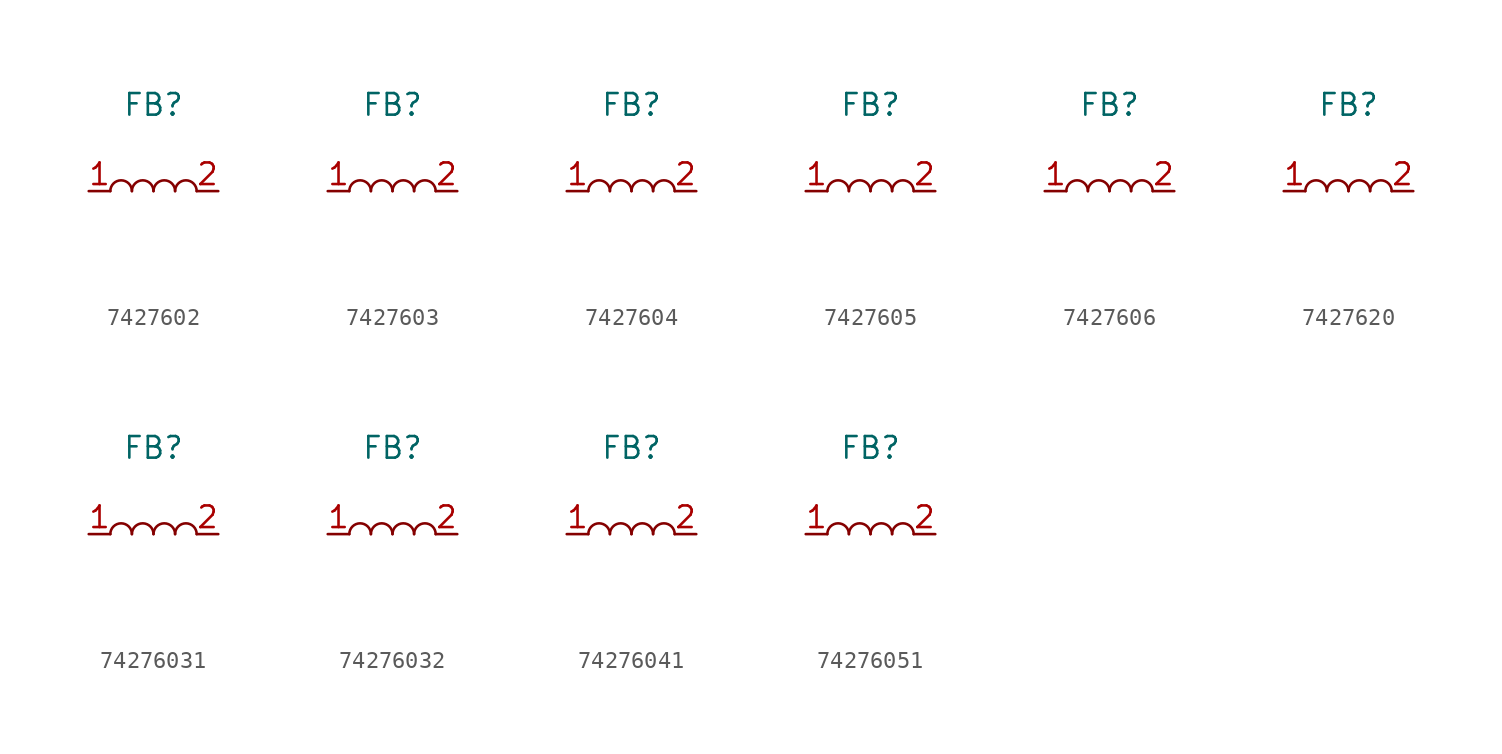
<source format=kicad_sym>
(kicad_symbol_lib
  (version 20220914)
  (generator kicad_symbol_editor)
  (symbol "7427602"
    (pin_names hide)
    (property "Reference" "FB"
      (at 0 5.08 0)
      (effects (font (size 1.27 1.27))))
    (property "Critical Parameter" ""
      (at 0 -5.08 0)
      (effects (font (size 1.27 1.27)) (justify left)))
    (symbol "7427602_0_1"
      (arc (start -1.27 0) (mid -1.905 0.6323) (end -2.54 0) (stroke (width 0) (type default)) (fill (type none)))
      (arc (start 0 0) (mid -0.635 0.6323) (end -1.27 0) (stroke (width 0) (type default)) (fill (type none)))
      (arc (start 1.27 0) (mid 0.635 0.6323) (end 0 0) (stroke (width 0) (type default)) (fill (type none)))
      (arc (start 2.54 0) (mid 1.905 0.6323) (end 1.27 0) (stroke (width 0) (type default)) (fill (type none))))
    (symbol "7427602_1_1"
      (pin passive line (at -3.81 0 0) (length 1.27) (name "1" (effects (font (size 1.27 1.27)))) (number "1" (effects (font (size 1.27 1.27)))))
      (pin passive line (at 3.81 0 180) (length 1.27) (name "2" (effects (font (size 1.27 1.27)))) (number "2" (effects (font (size 1.27 1.27)))))))
  (symbol "7427603"
    (pin_names hide)
    (property "Reference" "FB"
      (at 0 5.08 0)
      (effects (font (size 1.27 1.27))))
    (property "Critical Parameter" ""
      (at 0 -5.08 0)
      (effects (font (size 1.27 1.27)) (justify left)))
    (symbol "7427603_0_1"
      (arc (start -1.27 0) (mid -1.905 0.6323) (end -2.54 0) (stroke (width 0) (type default)) (fill (type none)))
      (arc (start 0 0) (mid -0.635 0.6323) (end -1.27 0) (stroke (width 0) (type default)) (fill (type none)))
      (arc (start 1.27 0) (mid 0.635 0.6323) (end 0 0) (stroke (width 0) (type default)) (fill (type none)))
      (arc (start 2.54 0) (mid 1.905 0.6323) (end 1.27 0) (stroke (width 0) (type default)) (fill (type none))))
    (symbol "7427603_1_1"
      (pin passive line (at -3.81 0 0) (length 1.27) (name "1" (effects (font (size 1.27 1.27)))) (number "1" (effects (font (size 1.27 1.27)))))
      (pin passive line (at 3.81 0 180) (length 1.27) (name "2" (effects (font (size 1.27 1.27)))) (number "2" (effects (font (size 1.27 1.27)))))))
  (symbol "7427604"
    (pin_names hide)
    (property "Reference" "FB"
      (at 0 5.08 0)
      (effects (font (size 1.27 1.27))))
    (property "Critical Parameter" ""
      (at 0 -5.08 0)
      (effects (font (size 1.27 1.27)) (justify left)))
    (symbol "7427604_0_1"
      (arc (start -1.27 0) (mid -1.905 0.6323) (end -2.54 0) (stroke (width 0) (type default)) (fill (type none)))
      (arc (start 0 0) (mid -0.635 0.6323) (end -1.27 0) (stroke (width 0) (type default)) (fill (type none)))
      (arc (start 1.27 0) (mid 0.635 0.6323) (end 0 0) (stroke (width 0) (type default)) (fill (type none)))
      (arc (start 2.54 0) (mid 1.905 0.6323) (end 1.27 0) (stroke (width 0) (type default)) (fill (type none))))
    (symbol "7427604_1_1"
      (pin passive line (at -3.81 0 0) (length 1.27) (name "1" (effects (font (size 1.27 1.27)))) (number "1" (effects (font (size 1.27 1.27)))))
      (pin passive line (at 3.81 0 180) (length 1.27) (name "2" (effects (font (size 1.27 1.27)))) (number "2" (effects (font (size 1.27 1.27)))))))
  (symbol "7427605"
    (pin_names hide)
    (property "Reference" "FB"
      (at 0 5.08 0)
      (effects (font (size 1.27 1.27))))
    (property "Critical Parameter" ""
      (at 0 -5.08 0)
      (effects (font (size 1.27 1.27)) (justify left)))
    (symbol "7427605_0_1"
      (arc (start -1.27 0) (mid -1.905 0.6323) (end -2.54 0) (stroke (width 0) (type default)) (fill (type none)))
      (arc (start 0 0) (mid -0.635 0.6323) (end -1.27 0) (stroke (width 0) (type default)) (fill (type none)))
      (arc (start 1.27 0) (mid 0.635 0.6323) (end 0 0) (stroke (width 0) (type default)) (fill (type none)))
      (arc (start 2.54 0) (mid 1.905 0.6323) (end 1.27 0) (stroke (width 0) (type default)) (fill (type none))))
    (symbol "7427605_1_1"
      (pin passive line (at -3.81 0 0) (length 1.27) (name "1" (effects (font (size 1.27 1.27)))) (number "1" (effects (font (size 1.27 1.27)))))
      (pin passive line (at 3.81 0 180) (length 1.27) (name "2" (effects (font (size 1.27 1.27)))) (number "2" (effects (font (size 1.27 1.27)))))))
  (symbol "7427606"
    (pin_names hide)
    (property "Reference" "FB"
      (at 0 5.08 0)
      (effects (font (size 1.27 1.27))))
    (property "Critical Parameter" ""
      (at 0 -5.08 0)
      (effects (font (size 1.27 1.27)) (justify left)))
    (symbol "7427606_0_1"
      (arc (start -1.27 0) (mid -1.905 0.6323) (end -2.54 0) (stroke (width 0) (type default)) (fill (type none)))
      (arc (start 0 0) (mid -0.635 0.6323) (end -1.27 0) (stroke (width 0) (type default)) (fill (type none)))
      (arc (start 1.27 0) (mid 0.635 0.6323) (end 0 0) (stroke (width 0) (type default)) (fill (type none)))
      (arc (start 2.54 0) (mid 1.905 0.6323) (end 1.27 0) (stroke (width 0) (type default)) (fill (type none))))
    (symbol "7427606_1_1"
      (pin passive line (at -3.81 0 0) (length 1.27) (name "1" (effects (font (size 1.27 1.27)))) (number "1" (effects (font (size 1.27 1.27)))))
      (pin passive line (at 3.81 0 180) (length 1.27) (name "2" (effects (font (size 1.27 1.27)))) (number "2" (effects (font (size 1.27 1.27)))))))
  (symbol "7427620"
    (pin_names hide)
    (property "Reference" "FB"
      (at 0 5.08 0)
      (effects (font (size 1.27 1.27))))
    (property "Critical Parameter" ""
      (at 0 -5.08 0)
      (effects (font (size 1.27 1.27)) (justify left)))
    (symbol "7427620_0_1"
      (arc (start -1.27 0) (mid -1.905 0.6323) (end -2.54 0) (stroke (width 0) (type default)) (fill (type none)))
      (arc (start 0 0) (mid -0.635 0.6323) (end -1.27 0) (stroke (width 0) (type default)) (fill (type none)))
      (arc (start 1.27 0) (mid 0.635 0.6323) (end 0 0) (stroke (width 0) (type default)) (fill (type none)))
      (arc (start 2.54 0) (mid 1.905 0.6323) (end 1.27 0) (stroke (width 0) (type default)) (fill (type none))))
    (symbol "7427620_1_1"
      (pin passive line (at -3.81 0 0) (length 1.27) (name "1" (effects (font (size 1.27 1.27)))) (number "1" (effects (font (size 1.27 1.27)))))
      (pin passive line (at 3.81 0 180) (length 1.27) (name "2" (effects (font (size 1.27 1.27)))) (number "2" (effects (font (size 1.27 1.27)))))))
  (symbol "74276031"
    (pin_names hide)
    (property "Reference" "FB"
      (at 0 5.08 0)
      (effects (font (size 1.27 1.27))))
    (property "Critical Parameter" ""
      (at 0 -5.08 0)
      (effects (font (size 1.27 1.27)) (justify left)))
    (symbol "74276031_0_1"
      (arc (start -1.27 0) (mid -1.905 0.6323) (end -2.54 0) (stroke (width 0) (type default)) (fill (type none)))
      (arc (start 0 0) (mid -0.635 0.6323) (end -1.27 0) (stroke (width 0) (type default)) (fill (type none)))
      (arc (start 1.27 0) (mid 0.635 0.6323) (end 0 0) (stroke (width 0) (type default)) (fill (type none)))
      (arc (start 2.54 0) (mid 1.905 0.6323) (end 1.27 0) (stroke (width 0) (type default)) (fill (type none))))
    (symbol "74276031_1_1"
      (pin passive line (at -3.81 0 0) (length 1.27) (name "1" (effects (font (size 1.27 1.27)))) (number "1" (effects (font (size 1.27 1.27)))))
      (pin passive line (at 3.81 0 180) (length 1.27) (name "2" (effects (font (size 1.27 1.27)))) (number "2" (effects (font (size 1.27 1.27)))))))
  (symbol "74276032"
    (pin_names hide)
    (property "Reference" "FB"
      (at 0 5.08 0)
      (effects (font (size 1.27 1.27))))
    (property "Critical Parameter" ""
      (at 0 -5.08 0)
      (effects (font (size 1.27 1.27)) (justify left)))
    (symbol "74276032_0_1"
      (arc (start -1.27 0) (mid -1.905 0.6323) (end -2.54 0) (stroke (width 0) (type default)) (fill (type none)))
      (arc (start 0 0) (mid -0.635 0.6323) (end -1.27 0) (stroke (width 0) (type default)) (fill (type none)))
      (arc (start 1.27 0) (mid 0.635 0.6323) (end 0 0) (stroke (width 0) (type default)) (fill (type none)))
      (arc (start 2.54 0) (mid 1.905 0.6323) (end 1.27 0) (stroke (width 0) (type default)) (fill (type none))))
    (symbol "74276032_1_1"
      (pin passive line (at -3.81 0 0) (length 1.27) (name "1" (effects (font (size 1.27 1.27)))) (number "1" (effects (font (size 1.27 1.27)))))
      (pin passive line (at 3.81 0 180) (length 1.27) (name "2" (effects (font (size 1.27 1.27)))) (number "2" (effects (font (size 1.27 1.27)))))))
  (symbol "74276041"
    (pin_names hide)
    (property "Reference" "FB"
      (at 0 5.08 0)
      (effects (font (size 1.27 1.27))))
    (property "Critical Parameter" ""
      (at 0 -5.08 0)
      (effects (font (size 1.27 1.27)) (justify left)))
    (symbol "74276041_0_1"
      (arc (start -1.27 0) (mid -1.905 0.6323) (end -2.54 0) (stroke (width 0) (type default)) (fill (type none)))
      (arc (start 0 0) (mid -0.635 0.6323) (end -1.27 0) (stroke (width 0) (type default)) (fill (type none)))
      (arc (start 1.27 0) (mid 0.635 0.6323) (end 0 0) (stroke (width 0) (type default)) (fill (type none)))
      (arc (start 2.54 0) (mid 1.905 0.6323) (end 1.27 0) (stroke (width 0) (type default)) (fill (type none))))
    (symbol "74276041_1_1"
      (pin passive line (at -3.81 0 0) (length 1.27) (name "1" (effects (font (size 1.27 1.27)))) (number "1" (effects (font (size 1.27 1.27)))))
      (pin passive line (at 3.81 0 180) (length 1.27) (name "2" (effects (font (size 1.27 1.27)))) (number "2" (effects (font (size 1.27 1.27)))))))
  (symbol "74276051"
    (pin_names hide)
    (property "Reference" "FB"
      (at 0 5.08 0)
      (effects (font (size 1.27 1.27))))
    (property "Critical Parameter" ""
      (at 0 -5.08 0)
      (effects (font (size 1.27 1.27)) (justify left)))
    (symbol "74276051_0_1"
      (arc (start -1.27 0) (mid -1.905 0.6323) (end -2.54 0) (stroke (width 0) (type default)) (fill (type none)))
      (arc (start 0 0) (mid -0.635 0.6323) (end -1.27 0) (stroke (width 0) (type default)) (fill (type none)))
      (arc (start 1.27 0) (mid 0.635 0.6323) (end 0 0) (stroke (width 0) (type default)) (fill (type none)))
      (arc (start 2.54 0) (mid 1.905 0.6323) (end 1.27 0) (stroke (width 0) (type default)) (fill (type none))))
    (symbol "74276051_1_1"
      (pin passive line (at -3.81 0 0) (length 1.27) (name "1" (effects (font (size 1.27 1.27)))) (number "1" (effects (font (size 1.27 1.27)))))
      (pin passive line (at 3.81 0 180) (length 1.27) (name "2" (effects (font (size 1.27 1.27)))) (number "2" (effects (font (size 1.27 1.27))))))))
</source>
